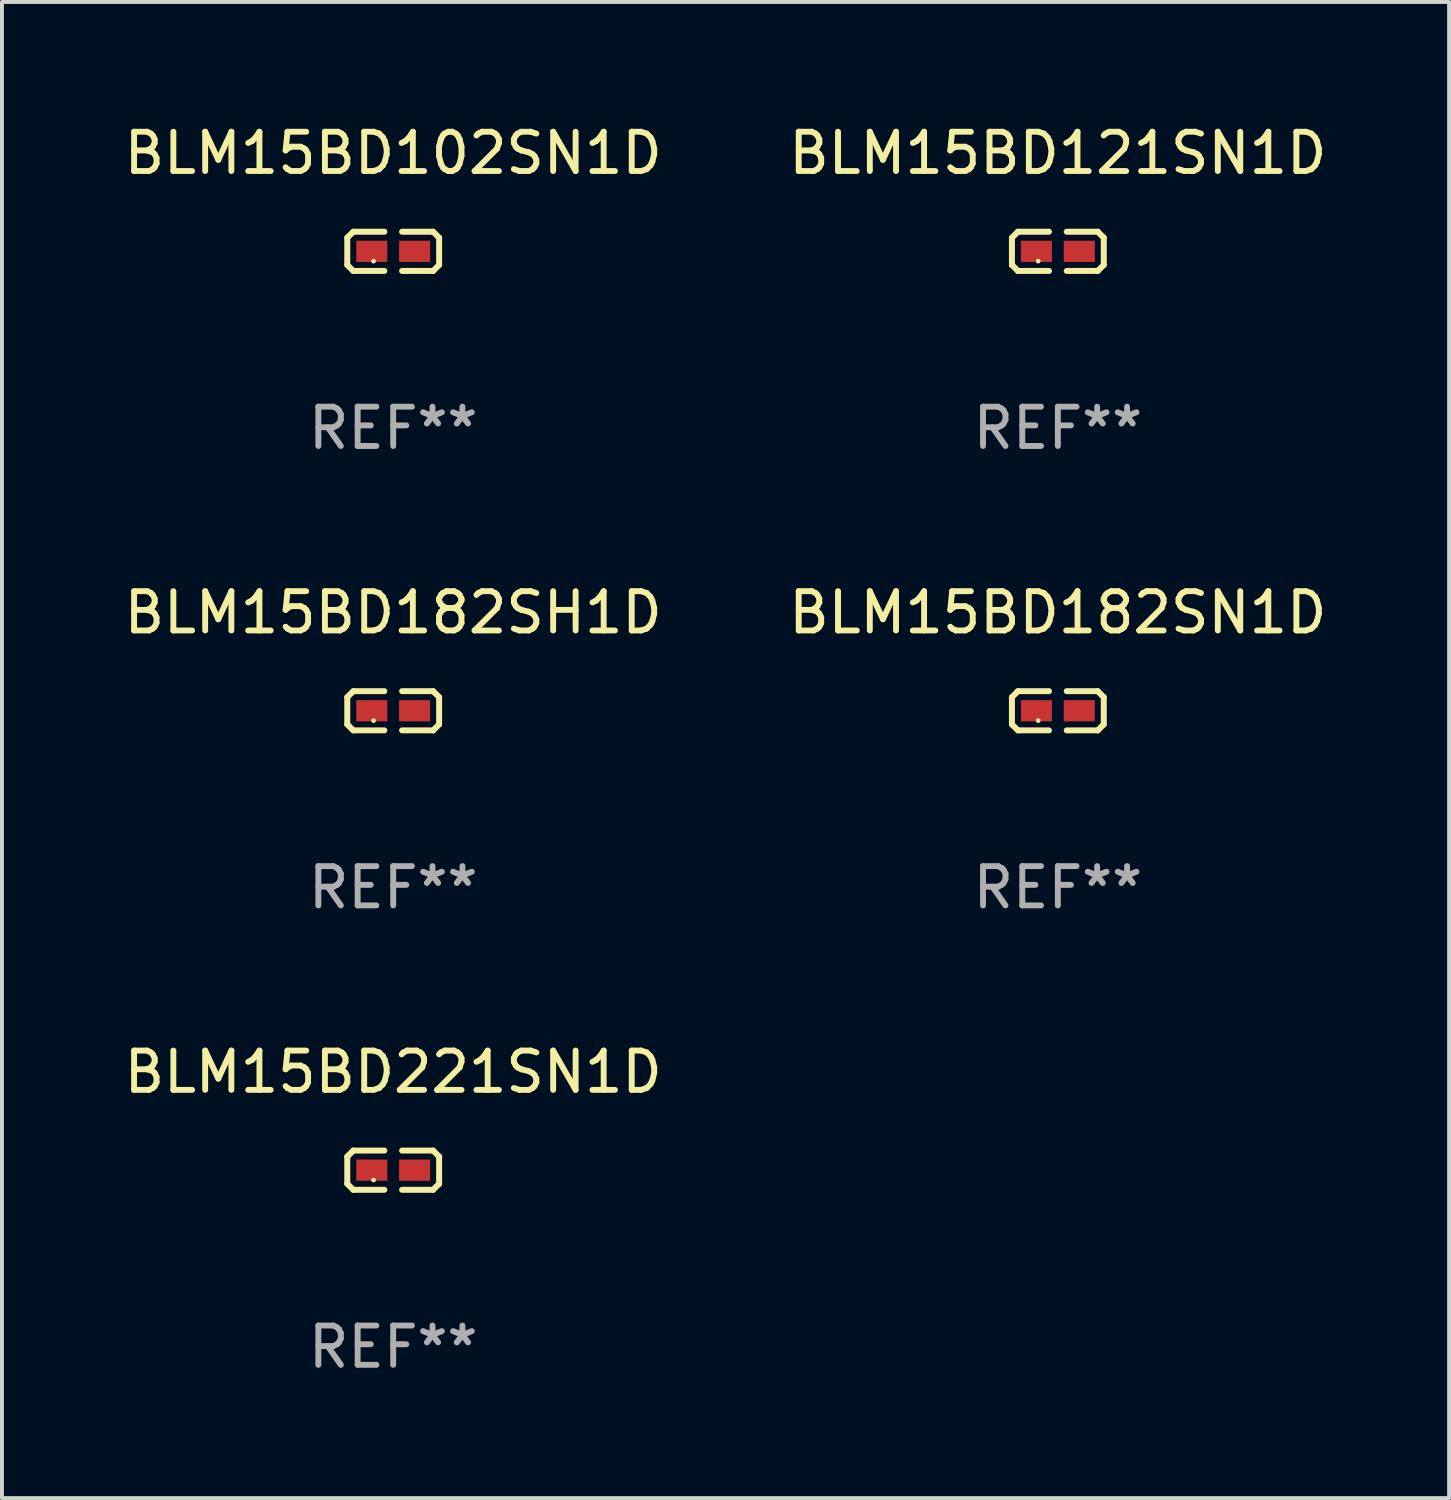
<source format=kicad_pcb>
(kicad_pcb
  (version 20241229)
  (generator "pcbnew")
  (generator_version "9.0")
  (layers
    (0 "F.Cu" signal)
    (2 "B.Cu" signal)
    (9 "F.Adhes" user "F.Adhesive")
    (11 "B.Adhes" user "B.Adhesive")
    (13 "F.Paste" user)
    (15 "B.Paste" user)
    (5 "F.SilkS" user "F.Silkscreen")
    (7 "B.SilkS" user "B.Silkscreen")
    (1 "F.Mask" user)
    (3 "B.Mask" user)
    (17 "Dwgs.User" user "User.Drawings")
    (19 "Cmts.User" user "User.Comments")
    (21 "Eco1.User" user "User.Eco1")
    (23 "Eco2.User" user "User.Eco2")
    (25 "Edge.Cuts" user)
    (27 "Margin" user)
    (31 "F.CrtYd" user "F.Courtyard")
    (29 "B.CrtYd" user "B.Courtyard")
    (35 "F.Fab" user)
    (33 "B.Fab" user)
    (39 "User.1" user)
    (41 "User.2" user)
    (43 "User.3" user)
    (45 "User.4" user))
  (footprint "BLM15BD102SN1D"
    (layer "F.Cu")
    (at 6.958 3.347)
    (property "Reference" "BLM15BD102SN1D" (at 0 -2.499 0) (layer "F.SilkS") (effects (font (size 1 1) (thickness 0.15))))
    (attr through_hole)
    (fp_line (start -1.169 -0.346) (end -1.016 -0.499) (stroke (width 0.152) (type solid)) (layer "F.SilkS"))
    (fp_line (start -1.169 0.346) (end -1.169 -0.346) (stroke (width 0.152) (type solid)) (layer "F.SilkS"))
    (fp_line (start -1.016 -0.499) (end -0.226 -0.499) (stroke (width 0.152) (type solid)) (layer "F.SilkS"))
    (fp_line (start -1.016 0.499) (end -1.169 0.346) (stroke (width 0.152) (type solid)) (layer "F.SilkS"))
    (fp_line (start -0.226 0.499) (end -1.016 0.499) (stroke (width 0.152) (type solid)) (layer "F.SilkS"))
    (fp_line (start 0.226 0.499) (end 1.016 0.499) (stroke (width 0.152) (type solid)) (layer "F.SilkS"))
    (fp_line (start 1.016 -0.499) (end 0.226 -0.499) (stroke (width 0.152) (type solid)) (layer "F.SilkS"))
    (fp_line (start 1.016 0.499) (end 1.169 0.346) (stroke (width 0.152) (type solid)) (layer "F.SilkS"))
    (fp_line (start 1.169 -0.346) (end 1.016 -0.499) (stroke (width 0.152) (type solid)) (layer "F.SilkS"))
    (fp_line (start 1.169 0.346) (end 1.169 -0.346) (stroke (width 0.152) (type solid)) (layer "F.SilkS"))
    (fp_circle (center -0.5 0.25) (end -0.47 0.25) (stroke (width 0.06) (type solid)) (fill no) (layer "F.SilkS"))
    (fp_text user "REF**" (at 0 4.499 0) (layer "F.Fab") (effects (font (size 1 1) (thickness 0.15))))
    (pad "1" smd rect (at -0.545 0) (size 0.79 0.54) (layers "F.Cu" "F.Mask" "F.Paste"))
    (pad "2" smd rect (at 0.545 0) (size 0.79 0.54) (layers "F.Cu" "F.Mask" "F.Paste")))
  (footprint "BLM15BD182SH1D"
    (layer "F.Cu")
    (at 6.958 15.041)
    (property "Reference" "BLM15BD182SH1D" (at 0 -2.499 0) (layer "F.SilkS") (effects (font (size 1 1) (thickness 0.15))))
    (attr through_hole)
    (fp_line (start -1.169 -0.346) (end -1.016 -0.499) (stroke (width 0.152) (type solid)) (layer "F.SilkS"))
    (fp_line (start -1.169 0.346) (end -1.169 -0.346) (stroke (width 0.152) (type solid)) (layer "F.SilkS"))
    (fp_line (start -1.016 -0.499) (end -0.226 -0.499) (stroke (width 0.152) (type solid)) (layer "F.SilkS"))
    (fp_line (start -1.016 0.499) (end -1.169 0.346) (stroke (width 0.152) (type solid)) (layer "F.SilkS"))
    (fp_line (start -0.226 0.499) (end -1.016 0.499) (stroke (width 0.152) (type solid)) (layer "F.SilkS"))
    (fp_line (start 0.226 0.499) (end 1.016 0.499) (stroke (width 0.152) (type solid)) (layer "F.SilkS"))
    (fp_line (start 1.016 -0.499) (end 0.226 -0.499) (stroke (width 0.152) (type solid)) (layer "F.SilkS"))
    (fp_line (start 1.016 0.499) (end 1.169 0.346) (stroke (width 0.152) (type solid)) (layer "F.SilkS"))
    (fp_line (start 1.169 -0.346) (end 1.016 -0.499) (stroke (width 0.152) (type solid)) (layer "F.SilkS"))
    (fp_line (start 1.169 0.346) (end 1.169 -0.346) (stroke (width 0.152) (type solid)) (layer "F.SilkS"))
    (fp_circle (center -0.5 0.25) (end -0.47 0.25) (stroke (width 0.06) (type solid)) (fill no) (layer "F.SilkS"))
    (fp_text user "REF**" (at 0 4.499 0) (layer "F.Fab") (effects (font (size 1 1) (thickness 0.15))))
    (pad "1" smd rect (at -0.545 0) (size 0.79 0.54) (layers "F.Cu" "F.Mask" "F.Paste"))
    (pad "2" smd rect (at 0.545 0) (size 0.79 0.54) (layers "F.Cu" "F.Mask" "F.Paste")))
  (footprint "BLM15BD121SN1D"
    (layer "F.Cu")
    (at 23.875 3.347)
    (property "Reference" "BLM15BD121SN1D" (at 0 -2.499 0) (layer "F.SilkS") (effects (font (size 1 1) (thickness 0.15))))
    (attr through_hole)
    (fp_line (start -1.169 -0.346) (end -1.016 -0.499) (stroke (width 0.152) (type solid)) (layer "F.SilkS"))
    (fp_line (start -1.169 0.346) (end -1.169 -0.346) (stroke (width 0.152) (type solid)) (layer "F.SilkS"))
    (fp_line (start -1.016 -0.499) (end -0.226 -0.499) (stroke (width 0.152) (type solid)) (layer "F.SilkS"))
    (fp_line (start -1.016 0.499) (end -1.169 0.346) (stroke (width 0.152) (type solid)) (layer "F.SilkS"))
    (fp_line (start -0.226 0.499) (end -1.016 0.499) (stroke (width 0.152) (type solid)) (layer "F.SilkS"))
    (fp_line (start 0.226 0.499) (end 1.016 0.499) (stroke (width 0.152) (type solid)) (layer "F.SilkS"))
    (fp_line (start 1.016 -0.499) (end 0.226 -0.499) (stroke (width 0.152) (type solid)) (layer "F.SilkS"))
    (fp_line (start 1.016 0.499) (end 1.169 0.346) (stroke (width 0.152) (type solid)) (layer "F.SilkS"))
    (fp_line (start 1.169 -0.346) (end 1.016 -0.499) (stroke (width 0.152) (type solid)) (layer "F.SilkS"))
    (fp_line (start 1.169 0.346) (end 1.169 -0.346) (stroke (width 0.152) (type solid)) (layer "F.SilkS"))
    (fp_circle (center -0.5 0.25) (end -0.47 0.25) (stroke (width 0.06) (type solid)) (fill no) (layer "F.SilkS"))
    (fp_text user "REF**" (at 0 4.499 0) (layer "F.Fab") (effects (font (size 1 1) (thickness 0.15))))
    (pad "1" smd rect (at -0.545 0) (size 0.79 0.54) (layers "F.Cu" "F.Mask" "F.Paste"))
    (pad "2" smd rect (at 0.545 0) (size 0.79 0.54) (layers "F.Cu" "F.Mask" "F.Paste")))
  (footprint "BLM15BD221SN1D"
    (layer "F.Cu")
    (at 6.958 26.734)
    (property "Reference" "BLM15BD221SN1D" (at 0 -2.499 0) (layer "F.SilkS") (effects (font (size 1 1) (thickness 0.15))))
    (attr through_hole)
    (fp_line (start -1.169 -0.346) (end -1.016 -0.499) (stroke (width 0.152) (type solid)) (layer "F.SilkS"))
    (fp_line (start -1.169 0.346) (end -1.169 -0.346) (stroke (width 0.152) (type solid)) (layer "F.SilkS"))
    (fp_line (start -1.016 -0.499) (end -0.226 -0.499) (stroke (width 0.152) (type solid)) (layer "F.SilkS"))
    (fp_line (start -1.016 0.499) (end -1.169 0.346) (stroke (width 0.152) (type solid)) (layer "F.SilkS"))
    (fp_line (start -0.226 0.499) (end -1.016 0.499) (stroke (width 0.152) (type solid)) (layer "F.SilkS"))
    (fp_line (start 0.226 0.499) (end 1.016 0.499) (stroke (width 0.152) (type solid)) (layer "F.SilkS"))
    (fp_line (start 1.016 -0.499) (end 0.226 -0.499) (stroke (width 0.152) (type solid)) (layer "F.SilkS"))
    (fp_line (start 1.016 0.499) (end 1.169 0.346) (stroke (width 0.152) (type solid)) (layer "F.SilkS"))
    (fp_line (start 1.169 -0.346) (end 1.016 -0.499) (stroke (width 0.152) (type solid)) (layer "F.SilkS"))
    (fp_line (start 1.169 0.346) (end 1.169 -0.346) (stroke (width 0.152) (type solid)) (layer "F.SilkS"))
    (fp_circle (center -0.5 0.25) (end -0.47 0.25) (stroke (width 0.06) (type solid)) (fill no) (layer "F.SilkS"))
    (fp_text user "REF**" (at 0 4.499 0) (layer "F.Fab") (effects (font (size 1 1) (thickness 0.15))))
    (pad "1" smd rect (at -0.545 0) (size 0.79 0.54) (layers "F.Cu" "F.Mask" "F.Paste"))
    (pad "2" smd rect (at 0.545 0) (size 0.79 0.54) (layers "F.Cu" "F.Mask" "F.Paste")))
  (footprint "BLM15BD182SN1D"
    (layer "F.Cu")
    (at 23.875 15.041)
    (property "Reference" "BLM15BD182SN1D" (at 0 -2.499 0) (layer "F.SilkS") (effects (font (size 1 1) (thickness 0.15))))
    (attr through_hole)
    (fp_line (start -1.169 -0.346) (end -1.016 -0.499) (stroke (width 0.152) (type solid)) (layer "F.SilkS"))
    (fp_line (start -1.169 0.346) (end -1.169 -0.346) (stroke (width 0.152) (type solid)) (layer "F.SilkS"))
    (fp_line (start -1.016 -0.499) (end -0.226 -0.499) (stroke (width 0.152) (type solid)) (layer "F.SilkS"))
    (fp_line (start -1.016 0.499) (end -1.169 0.346) (stroke (width 0.152) (type solid)) (layer "F.SilkS"))
    (fp_line (start -0.226 0.499) (end -1.016 0.499) (stroke (width 0.152) (type solid)) (layer "F.SilkS"))
    (fp_line (start 0.226 0.499) (end 1.016 0.499) (stroke (width 0.152) (type solid)) (layer "F.SilkS"))
    (fp_line (start 1.016 -0.499) (end 0.226 -0.499) (stroke (width 0.152) (type solid)) (layer "F.SilkS"))
    (fp_line (start 1.016 0.499) (end 1.169 0.346) (stroke (width 0.152) (type solid)) (layer "F.SilkS"))
    (fp_line (start 1.169 -0.346) (end 1.016 -0.499) (stroke (width 0.152) (type solid)) (layer "F.SilkS"))
    (fp_line (start 1.169 0.346) (end 1.169 -0.346) (stroke (width 0.152) (type solid)) (layer "F.SilkS"))
    (fp_circle (center -0.5 0.25) (end -0.47 0.25) (stroke (width 0.06) (type solid)) (fill no) (layer "F.SilkS"))
    (fp_text user "REF**" (at 0 4.499 0) (layer "F.Fab") (effects (font (size 1 1) (thickness 0.15))))
    (pad "1" smd rect (at -0.545 0) (size 0.79 0.54) (layers "F.Cu" "F.Mask" "F.Paste"))
    (pad "2" smd rect (at 0.545 0) (size 0.79 0.54) (layers "F.Cu" "F.Mask" "F.Paste")))
  (gr_rect
    (start -3 -3)
    (end 33.833 35.081)
    (stroke (width 0.1) (type default))
    (fill no)
    (layer "Edge.Cuts")))
</source>
